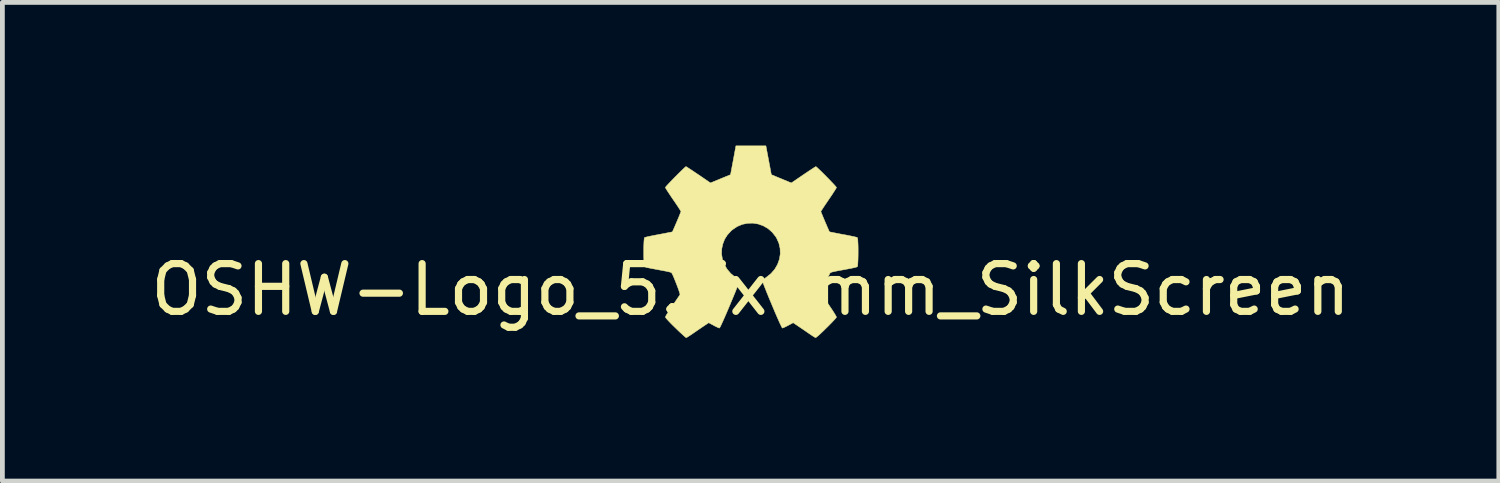
<source format=kicad_pcb>
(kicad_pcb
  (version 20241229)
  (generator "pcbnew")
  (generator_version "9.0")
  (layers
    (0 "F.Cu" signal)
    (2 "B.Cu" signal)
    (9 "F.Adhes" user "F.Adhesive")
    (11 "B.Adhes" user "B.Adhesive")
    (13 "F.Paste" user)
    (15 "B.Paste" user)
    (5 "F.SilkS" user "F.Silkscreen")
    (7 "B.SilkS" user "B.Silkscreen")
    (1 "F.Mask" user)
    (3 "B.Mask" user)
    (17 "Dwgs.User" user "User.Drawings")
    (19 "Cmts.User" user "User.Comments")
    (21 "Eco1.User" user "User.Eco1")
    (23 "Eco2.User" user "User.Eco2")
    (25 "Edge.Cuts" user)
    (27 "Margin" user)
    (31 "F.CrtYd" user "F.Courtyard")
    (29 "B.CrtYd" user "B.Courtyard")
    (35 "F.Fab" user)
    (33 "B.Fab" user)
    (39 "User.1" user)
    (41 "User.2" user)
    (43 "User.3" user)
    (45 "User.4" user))
  (footprint "OSHW-Logo_5.7x6mm_SilkScreen"
    (layer "F.Cu")
    (at 12.673 3.017)
    (property "Reference" "OSHW-Logo_5.7x6mm_SilkScreen" (at 0 0 0) (layer "F.SilkS") (effects (font (size 1 1) (thickness 0.15))))
    (attr exclude_from_pos_files exclude_from_bom)
    (fp_poly (pts (xy 0.377 -2.71) (xy 0.434 -2.408) (xy 0.853 -2.235) (xy 1.105 -2.407) (xy 1.175 -2.454) (xy 1.239 -2.497) (xy 1.293 -2.532) (xy 1.334 -2.559) (xy 1.36 -2.574) (xy 1.367 -2.578) (xy 1.379 -2.569) (xy 1.406 -2.545) (xy 1.444 -2.509) (xy 1.491 -2.464) (xy 1.542 -2.413) (xy 1.596 -2.358) (xy 1.649 -2.304) (xy 1.698 -2.253) (xy 1.741 -2.208) (xy 1.773 -2.172) (xy 1.793 -2.148) (xy 1.798 -2.14) (xy 1.791 -2.125) (xy 1.772 -2.093) (xy 1.742 -2.047) (xy 1.705 -1.989) (xy 1.66 -1.923) (xy 1.635 -1.886) (xy 1.588 -1.817) (xy 1.546 -1.755) (xy 1.512 -1.703) (xy 1.487 -1.664) (xy 1.473 -1.641) (xy 1.471 -1.636) (xy 1.476 -1.622) (xy 1.489 -1.59) (xy 1.508 -1.544) (xy 1.531 -1.488) (xy 1.557 -1.427) (xy 1.583 -1.366) (xy 1.607 -1.31) (xy 1.628 -1.262) (xy 1.643 -1.228) (xy 1.651 -1.211) (xy 1.652 -1.211) (xy 1.665 -1.208) (xy 1.699 -1.201) (xy 1.75 -1.191) (xy 1.816 -1.178) (xy 1.893 -1.163) (xy 1.937 -1.155) (xy 2.019 -1.14) (xy 2.093 -1.125) (xy 2.155 -1.112) (xy 2.202 -1.101) (xy 2.23 -1.093) (xy 2.235 -1.091) (xy 2.241 -1.074) (xy 2.245 -1.037) (xy 2.248 -0.983) (xy 2.251 -0.917) (xy 2.252 -0.844) (xy 2.252 -0.767) (xy 2.251 -0.691) (xy 2.249 -0.621) (xy 2.246 -0.56) (xy 2.243 -0.514) (xy 2.238 -0.486) (xy 2.235 -0.48) (xy 2.217 -0.473) (xy 2.179 -0.463) (xy 2.127 -0.451) (xy 2.065 -0.439) (xy 2.043 -0.435) (xy 1.938 -0.415) (xy 1.855 -0.4) (xy 1.792 -0.388) (xy 1.745 -0.378) (xy 1.711 -0.37) (xy 1.689 -0.363) (xy 1.676 -0.357) (xy 1.667 -0.351) (xy 1.666 -0.35) (xy 1.655 -0.331) (xy 1.638 -0.294) (xy 1.616 -0.244) (xy 1.592 -0.185) (xy 1.567 -0.121) (xy 1.543 -0.058) (xy 1.522 0.001) (xy 1.505 0.05) (xy 1.494 0.086) (xy 1.492 0.104) (xy 1.492 0.104) (xy 1.501 0.119) (xy 1.523 0.151) (xy 1.554 0.197) (xy 1.593 0.253) (xy 1.637 0.318) (xy 1.649 0.336) (xy 1.694 0.402) (xy 1.733 0.462) (xy 1.765 0.513) (xy 1.787 0.552) (xy 1.798 0.574) (xy 1.798 0.576) (xy 1.789 0.591) (xy 1.765 0.619) (xy 1.729 0.658) (xy 1.683 0.706) (xy 1.632 0.758) (xy 1.577 0.812) (xy 1.523 0.865) (xy 1.472 0.913) (xy 1.427 0.955) (xy 1.391 0.985) (xy 1.368 1.003) (xy 1.362 1.006) (xy 1.347 0.999) (xy 1.316 0.981) (xy 1.275 0.954) (xy 1.244 0.933) (xy 1.187 0.894) (xy 1.119 0.847) (xy 1.051 0.801) (xy 1.014 0.776) (xy 0.891 0.693) (xy 0.787 0.749) (xy 0.74 0.773) (xy 0.7 0.792) (xy 0.672 0.803) (xy 0.665 0.805) (xy 0.657 0.794) (xy 0.641 0.762) (xy 0.617 0.713) (xy 0.588 0.649) (xy 0.555 0.574) (xy 0.518 0.489) (xy 0.48 0.399) (xy 0.441 0.306) (xy 0.402 0.213) (xy 0.365 0.123) (xy 0.331 0.039) (xy 0.301 -0.037) (xy 0.276 -0.1) (xy 0.258 -0.15) (xy 0.248 -0.182) (xy 0.246 -0.193) (xy 0.259 -0.206) (xy 0.288 -0.229) (xy 0.325 -0.256) (xy 0.329 -0.258) (xy 0.426 -0.336) (xy 0.505 -0.427) (xy 0.564 -0.528) (xy 0.603 -0.637) (xy 0.621 -0.749) (xy 0.617 -0.863) (xy 0.591 -0.976) (xy 0.542 -1.084) (xy 0.527 -1.108) (xy 0.452 -1.203) (xy 0.364 -1.28) (xy 0.265 -1.337) (xy 0.158 -1.375) (xy 0.047 -1.393) (xy -0.066 -1.39) (xy -0.176 -1.367) (xy -0.282 -1.322) (xy -0.38 -1.256) (xy -0.41 -1.23) (xy -0.488 -1.145) (xy -0.544 -1.057) (xy -0.582 -0.958) (xy -0.604 -0.86) (xy -0.609 -0.749) (xy -0.591 -0.638) (xy -0.553 -0.531) (xy -0.494 -0.43) (xy -0.418 -0.34) (xy -0.327 -0.264) (xy -0.315 -0.256) (xy -0.277 -0.23) (xy -0.248 -0.207) (xy -0.234 -0.193) (xy -0.234 -0.193) (xy -0.237 -0.177) (xy -0.248 -0.141) (xy -0.268 -0.089) (xy -0.293 -0.023) (xy -0.324 0.055) (xy -0.359 0.14) (xy -0.397 0.231) (xy -0.436 0.325) (xy -0.475 0.417) (xy -0.513 0.506) (xy -0.549 0.589) (xy -0.582 0.662) (xy -0.61 0.724) (xy -0.632 0.77) (xy -0.647 0.797) (xy -0.653 0.805) (xy -0.671 0.799) (xy -0.706 0.784) (xy -0.75 0.762) (xy -0.774 0.749) (xy -0.878 0.693) (xy -1.002 0.776) (xy -1.065 0.819) (xy -1.134 0.866) (xy -1.199 0.911) (xy -1.231 0.933) (xy -1.277 0.963) (xy -1.315 0.988) (xy -1.342 1.003) (xy -1.351 1.006) (xy -1.363 0.997) (xy -1.391 0.974) (xy -1.431 0.937) (xy -1.482 0.891) (xy -1.539 0.836) (xy -1.575 0.801) (xy -1.639 0.739) (xy -1.694 0.683) (xy -1.738 0.636) (xy -1.769 0.601) (xy -1.784 0.579) (xy -1.786 0.575) (xy -1.779 0.558) (xy -1.76 0.524) (xy -1.73 0.476) (xy -1.693 0.419) (xy -1.649 0.354) (xy -1.637 0.336) (xy -1.592 0.27) (xy -1.551 0.211) (xy -1.518 0.162) (xy -1.493 0.126) (xy -1.481 0.107) (xy -1.479 0.104) (xy -1.481 0.089) (xy -1.491 0.055) (xy -1.507 0.006) (xy -1.528 -0.052) (xy -1.552 -0.115) (xy -1.577 -0.178) (xy -1.601 -0.238) (xy -1.623 -0.29) (xy -1.641 -0.328) (xy -1.653 -0.349) (xy -1.654 -0.35) (xy -1.661 -0.356) (xy -1.674 -0.362) (xy -1.694 -0.369) (xy -1.725 -0.376) (xy -1.769 -0.386) (xy -1.829 -0.397) (xy -1.908 -0.412) (xy -2.009 -0.431) (xy -2.03 -0.435) (xy -2.095 -0.447) (xy -2.151 -0.459) (xy -2.194 -0.47) (xy -2.219 -0.478) (xy -2.222 -0.48) (xy -2.228 -0.497) (xy -2.232 -0.534) (xy -2.235 -0.588) (xy -2.238 -0.654) (xy -2.239 -0.728) (xy -2.239 -0.804) (xy -2.239 -0.88) (xy -2.237 -0.95) (xy -2.234 -1.011) (xy -2.23 -1.057) (xy -2.225 -1.085) (xy -2.223 -1.091) (xy -2.206 -1.096) (xy -2.169 -1.106) (xy -2.114 -1.118) (xy -2.045 -1.132) (xy -1.967 -1.147) (xy -1.925 -1.155) (xy -1.844 -1.17) (xy -1.772 -1.184) (xy -1.712 -1.196) (xy -1.668 -1.204) (xy -1.643 -1.21) (xy -1.639 -1.211) (xy -1.633 -1.224) (xy -1.618 -1.256) (xy -1.598 -1.302) (xy -1.574 -1.358) (xy -1.548 -1.418) (xy -1.522 -1.479) (xy -1.498 -1.536) (xy -1.479 -1.584) (xy -1.465 -1.619) (xy -1.459 -1.636) (xy -1.459 -1.637) (xy -1.465 -1.65) (xy -1.485 -1.681) (xy -1.514 -1.727) (xy -1.552 -1.784) (xy -1.596 -1.849) (xy -1.622 -1.886) (xy -1.669 -1.955) (xy -1.71 -2.017) (xy -1.745 -2.07) (xy -1.77 -2.11) (xy -1.784 -2.135) (xy -1.786 -2.14) (xy -1.777 -2.153) (xy -1.754 -2.18) (xy -1.718 -2.219) (xy -1.673 -2.266) (xy -1.623 -2.318) (xy -1.569 -2.373) (xy -1.516 -2.426) (xy -1.465 -2.476) (xy -1.421 -2.519) (xy -1.385 -2.553) (xy -1.362 -2.573) (xy -1.354 -2.578) (xy -1.341 -2.571) (xy -1.311 -2.552) (xy -1.265 -2.522) (xy -1.208 -2.485) (xy -1.142 -2.44) (xy -1.092 -2.407) (xy -0.841 -2.235) (xy -0.631 -2.322) (xy -0.421 -2.408) (xy -0.364 -2.71) (xy -0.308 -3.012) (xy 0.32 -3.012) (xy 0.377 -2.71)) (stroke (width 0.01) (type solid)) (fill yes) (layer "F.SilkS")))
  (gr_rect
    (start -3 -3)
    (end 28.345 7.027)
    (stroke (width 0.1) (type default))
    (fill no)
    (layer "Edge.Cuts")))
</source>
